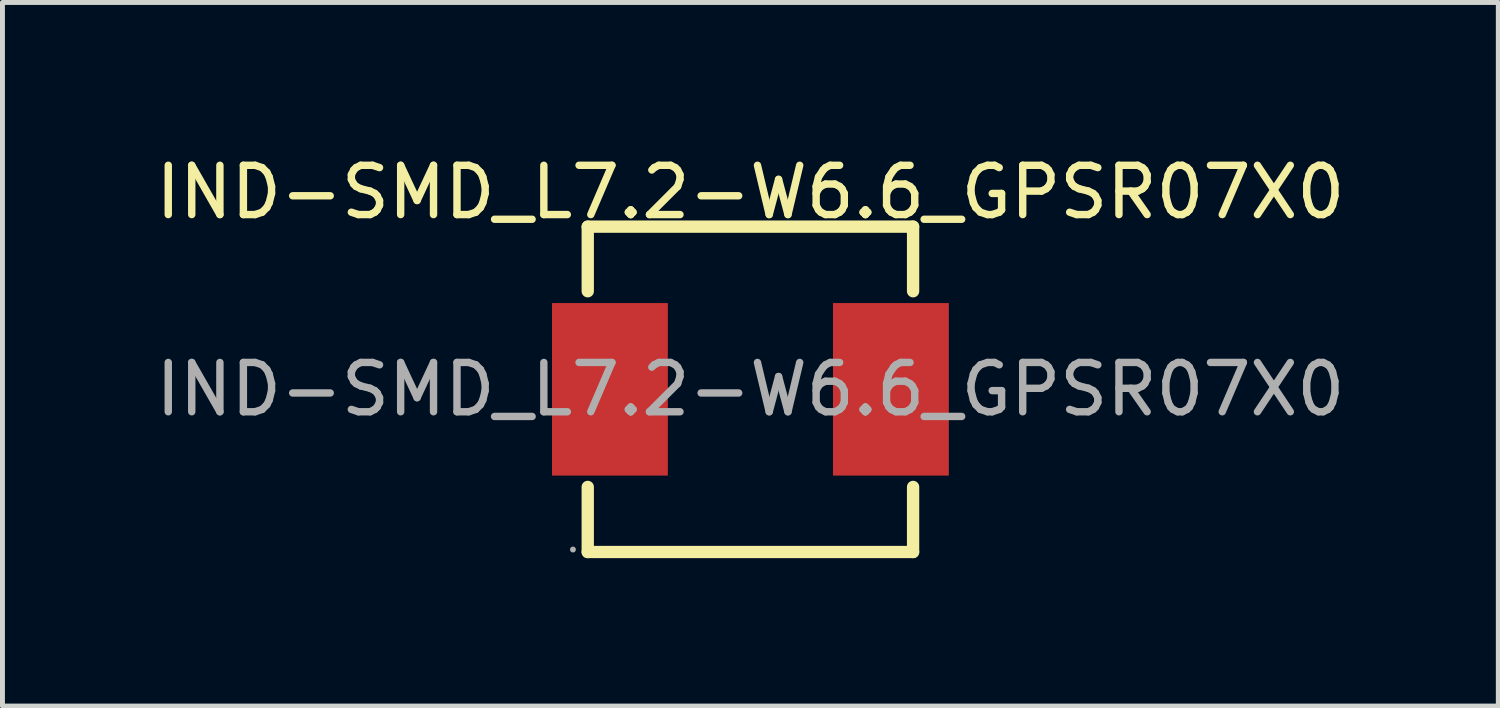
<source format=kicad_pcb>
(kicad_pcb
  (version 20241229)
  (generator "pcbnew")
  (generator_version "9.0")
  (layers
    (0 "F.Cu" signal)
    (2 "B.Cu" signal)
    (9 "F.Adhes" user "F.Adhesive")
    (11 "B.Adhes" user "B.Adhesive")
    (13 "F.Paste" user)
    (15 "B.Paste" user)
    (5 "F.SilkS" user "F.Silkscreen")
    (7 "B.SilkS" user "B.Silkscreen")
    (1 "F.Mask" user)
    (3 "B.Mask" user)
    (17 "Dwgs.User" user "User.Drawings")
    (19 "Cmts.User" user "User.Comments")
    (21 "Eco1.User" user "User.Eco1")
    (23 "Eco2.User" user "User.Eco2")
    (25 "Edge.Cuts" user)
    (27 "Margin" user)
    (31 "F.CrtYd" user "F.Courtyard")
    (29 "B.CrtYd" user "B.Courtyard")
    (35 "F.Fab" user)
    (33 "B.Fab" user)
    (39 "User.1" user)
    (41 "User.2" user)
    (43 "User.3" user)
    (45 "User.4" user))
  (footprint "IND-SMD_L7.2-W6.6_GPSR07X0"
    (layer "F.Cu")
    (at 12.173 4.848)
    (property "Reference" "IND-SMD_L7.2-W6.6_GPSR07X0" (at 0 -4 0) (layer "F.SilkS") (effects (font (size 1 1) (thickness 0.15))))
    (attr smd)
    (fp_line (start -3.3 -3.3) (end -3.3 -1.99) (stroke (width 0.25) (type solid)) (layer "F.SilkS"))
    (fp_line (start -3.3 -3.3) (end 3.3 -3.3) (stroke (width 0.25) (type solid)) (layer "F.SilkS"))
    (fp_line (start -3.3 1.98) (end -3.3 3.3) (stroke (width 0.25) (type solid)) (layer "F.SilkS"))
    (fp_line (start -3.3 3.3) (end 3.3 3.3) (stroke (width 0.25) (type solid)) (layer "F.SilkS"))
    (fp_line (start 3.3 -3.3) (end 3.3 -1.99) (stroke (width 0.25) (type solid)) (layer "F.SilkS"))
    (fp_line (start 3.3 1.98) (end 3.3 3.3) (stroke (width 0.25) (type solid)) (layer "F.SilkS"))
    (fp_circle (center -3.6 3.25) (end -3.57 3.25) (stroke (width 0.06) (type solid)) (fill no) (layer "F.Fab"))
    (fp_text user "${REFERENCE}" (at 0 0 0) (layer "F.Fab") (effects (font (size 1 1) (thickness 0.15))))
    (pad "1" smd rect (at -2.85 0) (size 2.35 3.5) (layers "F.Cu" "F.Mask" "F.Paste"))
    (pad "2" smd rect (at 2.85 0) (size 2.35 3.5) (layers "F.Cu" "F.Mask" "F.Paste")))
  (gr_rect
    (start -3 -3)
    (end 27.345 11.273)
    (stroke (width 0.1) (type default))
    (fill no)
    (layer "Edge.Cuts")))
</source>
